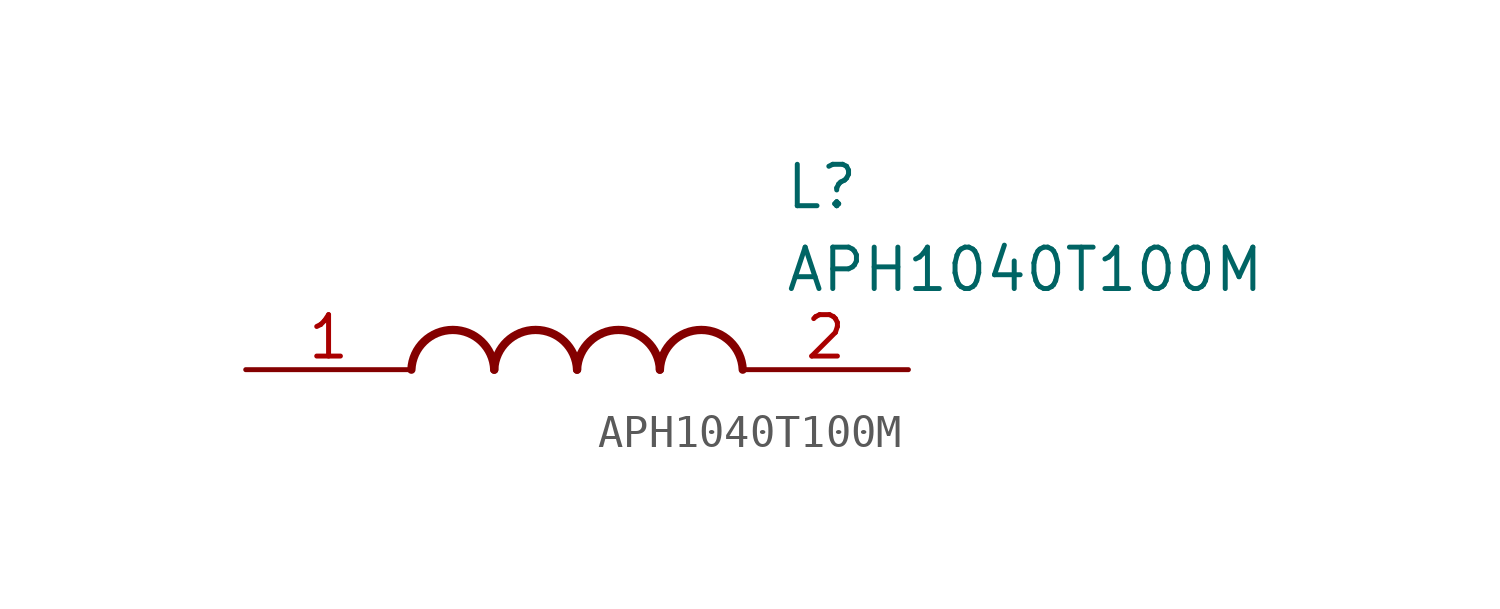
<source format=kicad_sym>
(kicad_symbol_lib
  (version 20211014)
  (generator SamacSys_ECAD_Model)
  (symbol "APH1040T100M"
    (pin_names hide)
    (property "Reference" "L"
      (at 16.51 6.35 0)
      (effects (font (size 1.27 1.27)) (justify left top)))
    (property "Value" "APH1040T100M"
      (at 16.51 3.81 0)
      (effects (font (size 1.27 1.27)) (justify left top)))
    (arc
      (start 7.62 0)
      (mid 6.35 1.219)
      (end 5.08 0)
      (stroke (width 0.254) (type default))
      (fill (type none)))
    (arc
      (start 10.16 0)
      (mid 8.89 1.219)
      (end 7.62 0)
      (stroke (width 0.254) (type default))
      (fill (type none)))
    (arc
      (start 12.7 0)
      (mid 11.43 1.219)
      (end 10.16 0)
      (stroke (width 0.254) (type default))
      (fill (type none)))
    (arc
      (start 15.24 0)
      (mid 13.97 1.219)
      (end 12.7 0)
      (stroke (width 0.254) (type default))
      (fill (type none)))
    (pin passive line
      (at 0 0 0)
      (length 5.08)
      (name "1" (effects (font (size 1.27 1.27))))
      (number "1" (effects (font (size 1.27 1.27)))))
    (pin passive line
      (at 20.32 0 180)
      (length 5.08)
      (name "2" (effects (font (size 1.27 1.27))))
      (number "2" (effects (font (size 1.27 1.27)))))))
</source>
